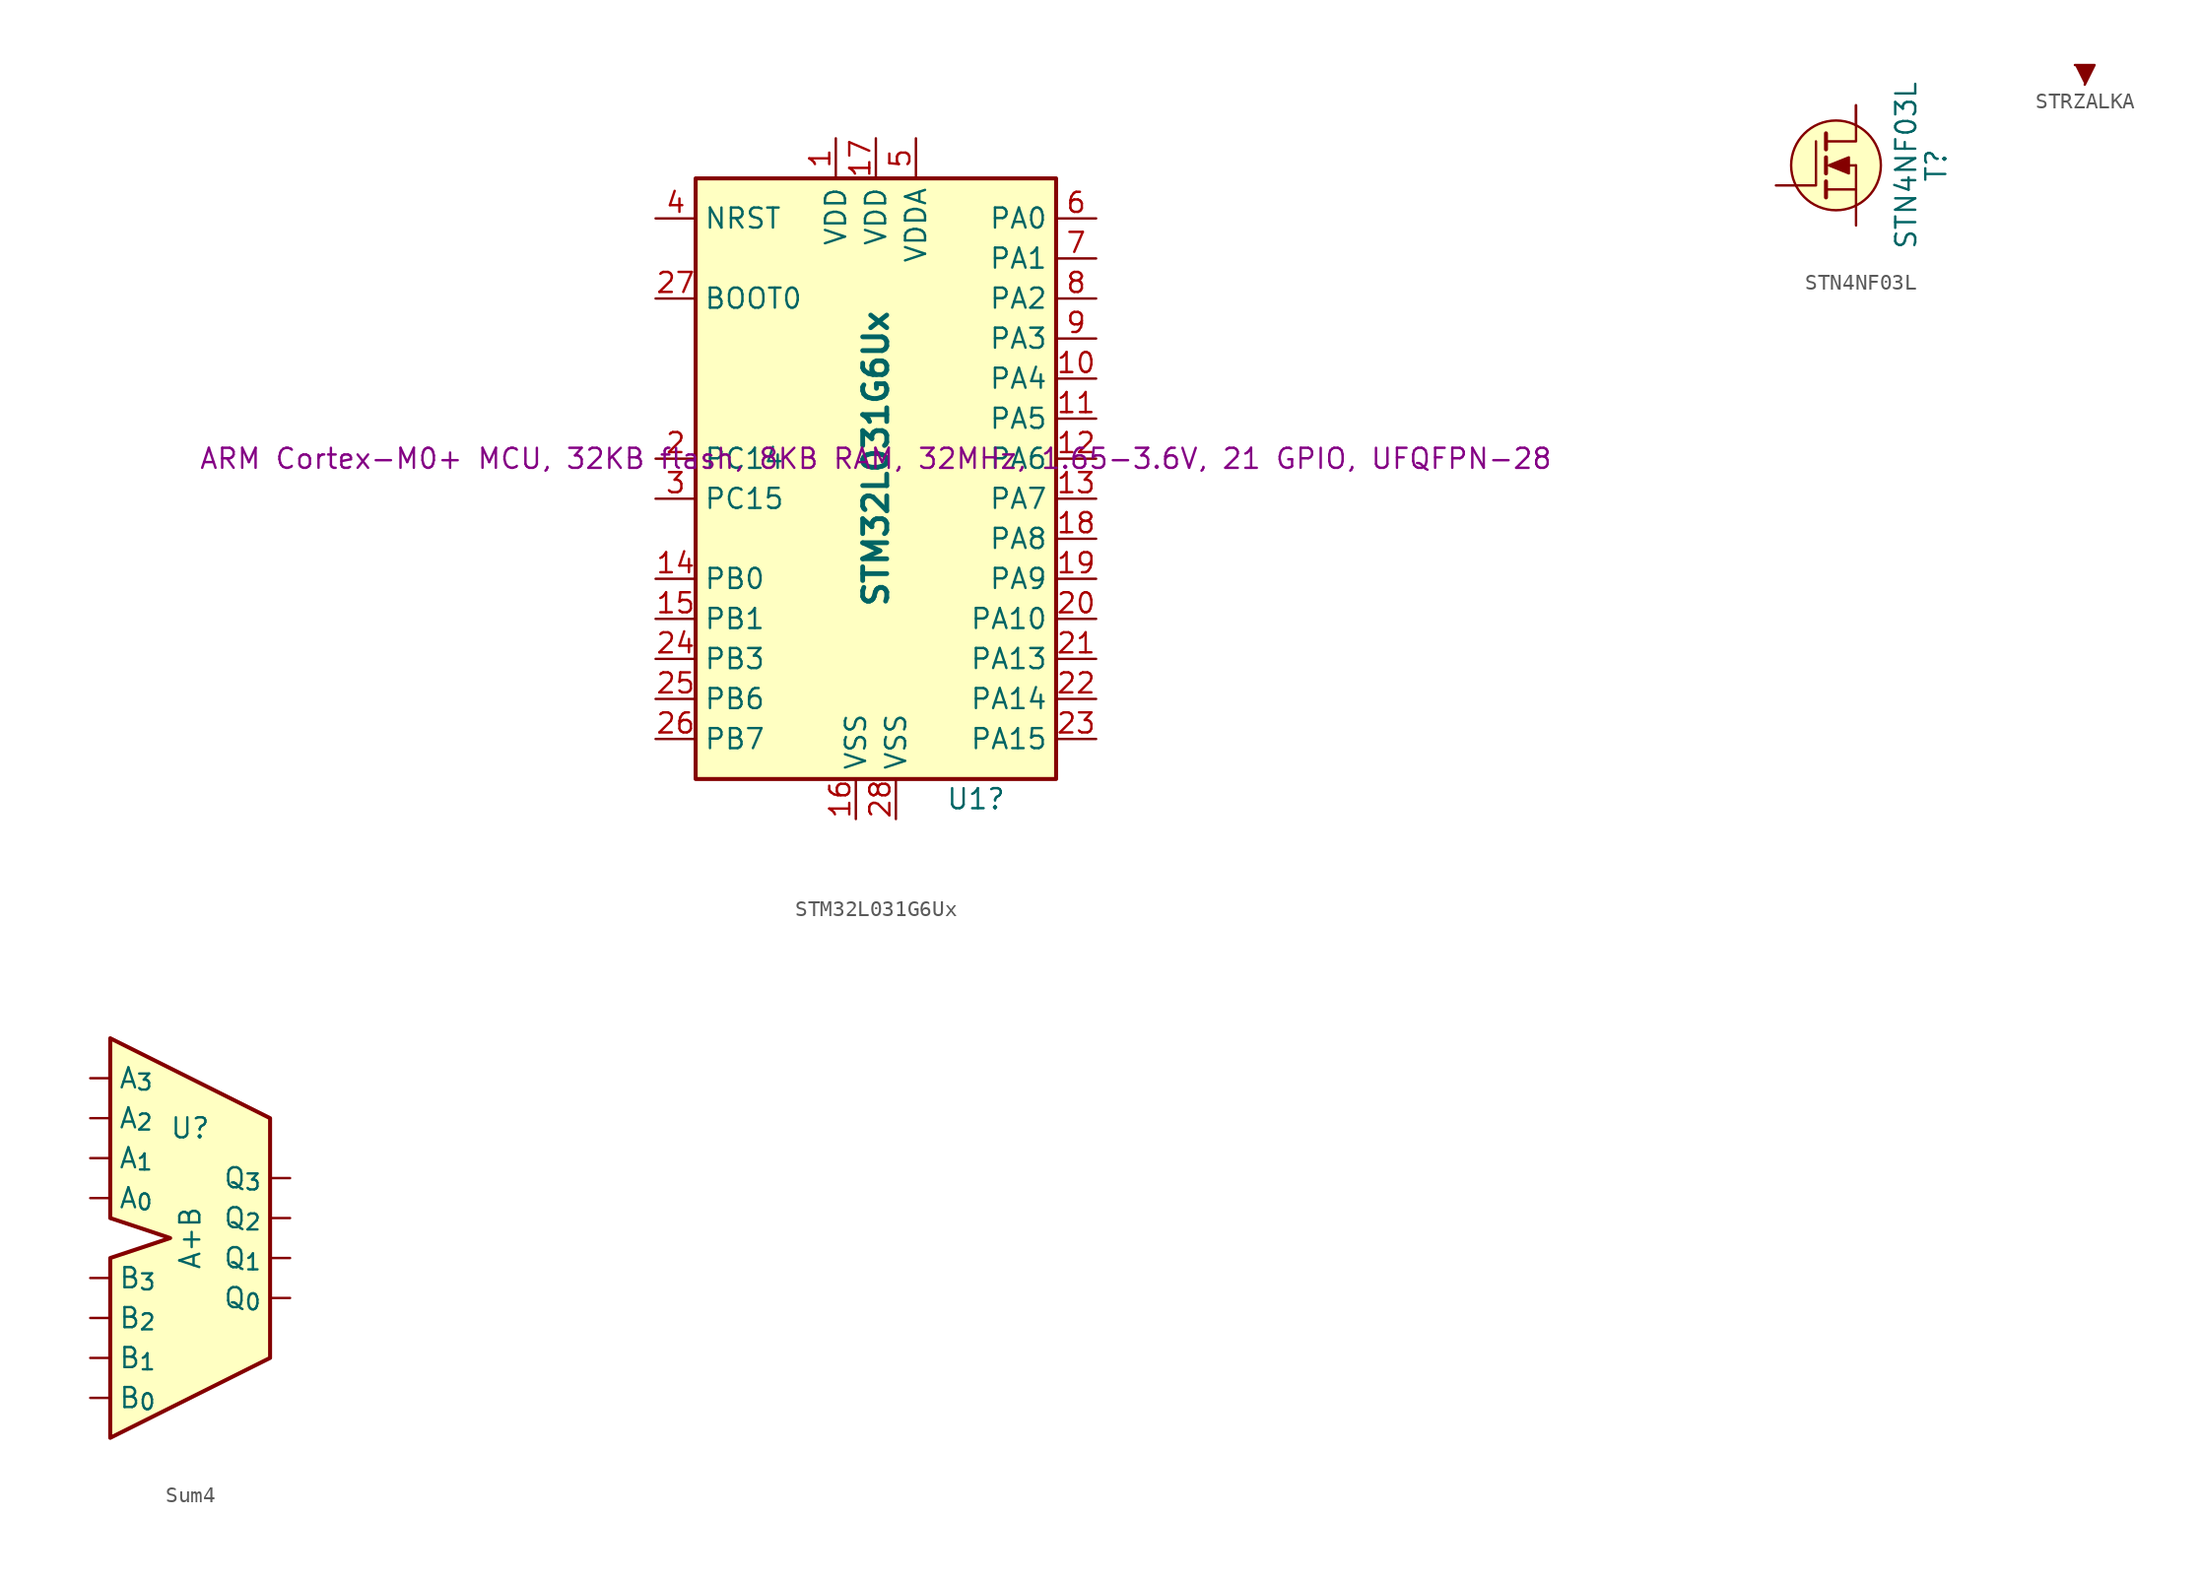
<source format=kicad_sym>
(kicad_symbol_lib
  (version 20231120)
  (generator "kicad_symbol_editor")
  (generator_version "8.0")
  (symbol "STM32L031G6Ux"
    (property "Reference" "U1"
      (at 6.35 -21.59 0)
      (effects (font (size 1.27 1.27))))
    (property "Value" "STM32L031G6Ux"
      (at 0 0 90)
      (effects (font (size 1.524 1.524) (bold yes))))
    (property "Description" "ARM Cortex-M0+ MCU, 32KB flash, 8KB RAM, 32MHz, 1.65-3.6V, 21 GPIO, UFQFPN-28"
      (at 0 0 0)
      (effects (font (size 1.27 1.27))))
    (symbol "STM32L031G6Ux_0_1"
      (rectangle (start -11.43 17.78) (end 11.43 -20.32) (stroke (width 0.254) (type default)) (fill (type background))))
    (symbol "STM32L031G6Ux_1_1"
      (pin power_in line (at -2.54 20.32 270) (length 2.54) (name "VDD" (effects (font (size 1.27 1.27)))) (number "1" (effects (font (size 1.27 1.27)))))
      (pin bidirectional line (at 13.97 5.08 180) (length 2.54) (name "PA4" (effects (font (size 1.27 1.27)))) (number "10" (effects (font (size 1.27 1.27)))))
      (pin bidirectional line (at 13.97 2.54 180) (length 2.54) (name "PA5" (effects (font (size 1.27 1.27)))) (number "11" (effects (font (size 1.27 1.27)))))
      (pin bidirectional line (at 13.97 0 180) (length 2.54) (name "PA6" (effects (font (size 1.27 1.27)))) (number "12" (effects (font (size 1.27 1.27)))))
      (pin bidirectional line (at 13.97 -2.54 180) (length 2.54) (name "PA7" (effects (font (size 1.27 1.27)))) (number "13" (effects (font (size 1.27 1.27)))))
      (pin bidirectional line (at -13.97 -7.62 0) (length 2.54) (name "PB0" (effects (font (size 1.27 1.27)))) (number "14" (effects (font (size 1.27 1.27)))))
      (pin bidirectional line (at -13.97 -10.16 0) (length 2.54) (name "PB1" (effects (font (size 1.27 1.27)))) (number "15" (effects (font (size 1.27 1.27)))))
      (pin power_in line (at -1.27 -22.86 90) (length 2.54) (name "VSS" (effects (font (size 1.27 1.27)))) (number "16" (effects (font (size 1.27 1.27)))))
      (pin power_in line (at 0 20.32 270) (length 2.54) (name "VDD" (effects (font (size 1.27 1.27)))) (number "17" (effects (font (size 1.27 1.27)))))
      (pin bidirectional line (at 13.97 -5.08 180) (length 2.54) (name "PA8" (effects (font (size 1.27 1.27)))) (number "18" (effects (font (size 1.27 1.27)))))
      (pin bidirectional line (at 13.97 -7.62 180) (length 2.54) (name "PA9" (effects (font (size 1.27 1.27)))) (number "19" (effects (font (size 1.27 1.27)))))
      (pin bidirectional line (at -13.97 0 0) (length 2.54) (name "PC14" (effects (font (size 1.27 1.27)))) (number "2" (effects (font (size 1.27 1.27)))))
      (pin bidirectional line (at 13.97 -10.16 180) (length 2.54) (name "PA10" (effects (font (size 1.27 1.27)))) (number "20" (effects (font (size 1.27 1.27)))))
      (pin bidirectional line (at 13.97 -12.7 180) (length 2.54) (name "PA13" (effects (font (size 1.27 1.27)))) (number "21" (effects (font (size 1.27 1.27)))))
      (pin bidirectional line (at 13.97 -15.24 180) (length 2.54) (name "PA14" (effects (font (size 1.27 1.27)))) (number "22" (effects (font (size 1.27 1.27)))))
      (pin bidirectional line (at 13.97 -17.78 180) (length 2.54) (name "PA15" (effects (font (size 1.27 1.27)))) (number "23" (effects (font (size 1.27 1.27)))))
      (pin bidirectional line (at -13.97 -12.7 0) (length 2.54) (name "PB3" (effects (font (size 1.27 1.27)))) (number "24" (effects (font (size 1.27 1.27)))))
      (pin bidirectional line (at -13.97 -15.24 0) (length 2.54) (name "PB6" (effects (font (size 1.27 1.27)))) (number "25" (effects (font (size 1.27 1.27)))))
      (pin bidirectional line (at -13.97 -17.78 0) (length 2.54) (name "PB7" (effects (font (size 1.27 1.27)))) (number "26" (effects (font (size 1.27 1.27)))))
      (pin input line (at -13.97 10.16 0) (length 2.54) (name "BOOT0" (effects (font (size 1.27 1.27)))) (number "27" (effects (font (size 1.27 1.27)))))
      (pin power_in line (at 1.27 -22.86 90) (length 2.54) (name "VSS" (effects (font (size 1.27 1.27)))) (number "28" (effects (font (size 1.27 1.27)))))
      (pin bidirectional line (at -13.97 -2.54 0) (length 2.54) (name "PC15" (effects (font (size 1.27 1.27)))) (number "3" (effects (font (size 1.27 1.27)))))
      (pin input line (at -13.97 15.24 0) (length 2.54) (name "NRST" (effects (font (size 1.27 1.27)))) (number "4" (effects (font (size 1.27 1.27)))))
      (pin power_in line (at 2.54 20.32 270) (length 2.54) (name "VDDA" (effects (font (size 1.27 1.27)))) (number "5" (effects (font (size 1.27 1.27)))))
      (pin bidirectional line (at 13.97 15.24 180) (length 2.54) (name "PA0" (effects (font (size 1.27 1.27)))) (number "6" (effects (font (size 1.27 1.27)))))
      (pin bidirectional line (at 13.97 12.7 180) (length 2.54) (name "PA1" (effects (font (size 1.27 1.27)))) (number "7" (effects (font (size 1.27 1.27)))))
      (pin bidirectional line (at 13.97 10.16 180) (length 2.54) (name "PA2" (effects (font (size 1.27 1.27)))) (number "8" (effects (font (size 1.27 1.27)))))
      (pin bidirectional line (at 13.97 7.62 180) (length 2.54) (name "PA3" (effects (font (size 1.27 1.27)))) (number "9" (effects (font (size 1.27 1.27)))))))
  (symbol "STN4NF03L"
    (pin_numbers hide)
    (pin_names
      (offset 0) hide)
    (property "Reference" "T"
      (at 6.35 0 90)
      (effects (font (size 1.27 1.27))))
    (property "Value" "STN4NF03L"
      (at 4.445 0 90)
      (effects (font (size 1.27 1.27))))
    (property "Datasheet" ""
      (at 0 0 0)
      (effects (font (size 1.524 1.524))))
    (symbol "STN4NF03L_0_1"
      (polyline (pts (xy -0.635 -1.016) (xy -0.635 -2.032)) (stroke (width 0.254) (type default)) (fill (type none)))
      (polyline (pts (xy -0.635 0.508) (xy -0.635 -0.508)) (stroke (width 0.254) (type default)) (fill (type none)))
      (polyline (pts (xy -0.635 1.016) (xy -0.635 2.032)) (stroke (width 0.254) (type default)) (fill (type none)))
      (polyline (pts (xy 0.635 0) (xy 1.27 0)) (stroke (width 0) (type default)) (fill (type none)))
      (polyline (pts (xy 1.27 -1.524) (xy 1.27 0)) (stroke (width 0) (type default)) (fill (type none)))
      (polyline (pts (xy -2.54 -1.27) (xy -1.27 -1.27) (xy -1.27 1.524)) (stroke (width 0) (type default)) (fill (type none)))
      (polyline (pts (xy -0.635 -1.524) (xy 1.27 -1.524) (xy 1.27 -2.54)) (stroke (width 0) (type default)) (fill (type none)))
      (polyline (pts (xy 1.27 2.54) (xy 1.27 1.524) (xy -0.635 1.524)) (stroke (width 0) (type default)) (fill (type none)))
      (polyline (pts (xy -0.457 0) (xy 0.813 0.508) (xy 0.813 -0.508) (xy -0.457 0)) (stroke (width 0) (type default)) (fill (type outline)))
      (circle (center 0 0) (radius 2.845) (stroke (width 0) (type default)) (fill (type background))))
    (symbol "STN4NF03L_1_1"
      (pin input line (at -3.81 -1.27 0) (length 1.27) (name "G" (effects (font (size 1.016 1.016)))) (number "1" (effects (font (size 1.016 1.016)))))
      (pin passive line (at 1.27 3.81 270) (length 1.27) (name "D" (effects (font (size 1.016 1.016)))) (number "2" (effects (font (size 1.016 1.016)))))
      (pin passive line (at 1.27 -3.81 90) (length 1.27) (name "S" (effects (font (size 1.016 1.016)))) (number "3" (effects (font (size 1.016 1.016)))))
      (pin passive line (at 1.27 3.81 270) (length 1.27) (name "D" (effects (font (size 1.016 1.016)))) (number "4" (effects (font (size 1.016 1.016)))))))
  (symbol "STRZALKA"
    (pin_names
      (offset 1.016))
    (property "Reference" "U"
      (at 0 0 0)
      (effects (font (size 0.254 0.254)) (hide yes)))
    (property "Footprint" ""
      (at 0 0 0)
      (effects (font (size 1.524 1.524))))
    (property "Datasheet" ""
      (at 0 0 0)
      (effects (font (size 1.524 1.524))))
    (symbol "STRZALKA_0_1"
      (polyline (pts (xy 0 -0.635) (xy 0.635 0.635) (xy -0.635 0.635) (xy -0.635 0.635)) (stroke (width 0) (type default)) (fill (type outline)))))
  (symbol "Sum4"
    (property "Reference" "U"
      (at 0 6.985 0)
      (effects (font (size 1.27 1.27))))
    (property "Value" "A+B"
      (at 0 0 90)
      (effects (font (size 1.27 1.27))))
    (symbol "Sum4_0_1"
      (polyline (pts (xy -5.08 12.7) (xy -5.08 1.27) (xy -1.27 0) (xy -5.08 -1.27) (xy -5.08 -12.7) (xy 5.08 -7.62) (xy 5.08 7.62) (xy -5.08 12.7)) (stroke (width 0.254) (type default)) (fill (type background))))
    (symbol "Sum4_1_1"
      (pin passive line (at -6.35 2.54 0) (length 1.27) (name "A_{0}" (effects (font (size 1.27 1.27)))) (number "" (effects (font (size 1.27 1.27)))))
      (pin passive line (at -6.35 5.08 0) (length 1.27) (name "A_{1}" (effects (font (size 1.27 1.27)))) (number "" (effects (font (size 1.27 1.27)))))
      (pin passive line (at -6.35 7.62 0) (length 1.27) (name "A_{2}" (effects (font (size 1.27 1.27)))) (number "" (effects (font (size 1.27 1.27)))))
      (pin passive line (at -6.35 10.16 0) (length 1.27) (name "A_{3}" (effects (font (size 1.27 1.27)))) (number "" (effects (font (size 1.27 1.27)))))
      (pin passive line (at -6.35 -10.16 0) (length 1.27) (name "B_{0}" (effects (font (size 1.27 1.27)))) (number "" (effects (font (size 1.27 1.27)))))
      (pin passive line (at -6.35 -7.62 0) (length 1.27) (name "B_{1}" (effects (font (size 1.27 1.27)))) (number "" (effects (font (size 1.27 1.27)))))
      (pin passive line (at -6.35 -5.08 0) (length 1.27) (name "B_{2}" (effects (font (size 1.27 1.27)))) (number "" (effects (font (size 1.27 1.27)))))
      (pin passive line (at -6.35 -2.54 0) (length 1.27) (name "B_{3}" (effects (font (size 1.27 1.27)))) (number "" (effects (font (size 1.27 1.27)))))
      (pin passive line (at 6.35 -3.81 180) (length 1.27) (name "Q_{0}" (effects (font (size 1.27 1.27)))) (number "" (effects (font (size 1.27 1.27)))))
      (pin passive line (at 6.35 -1.27 180) (length 1.27) (name "Q_{1}" (effects (font (size 1.27 1.27)))) (number "" (effects (font (size 1.27 1.27)))))
      (pin passive line (at 6.35 1.27 180) (length 1.27) (name "Q_{2}" (effects (font (size 1.27 1.27)))) (number "" (effects (font (size 1.27 1.27)))))
      (pin passive line (at 6.35 3.81 180) (length 1.27) (name "Q_{3}" (effects (font (size 1.27 1.27)))) (number "" (effects (font (size 1.27 1.27))))))))
</source>
